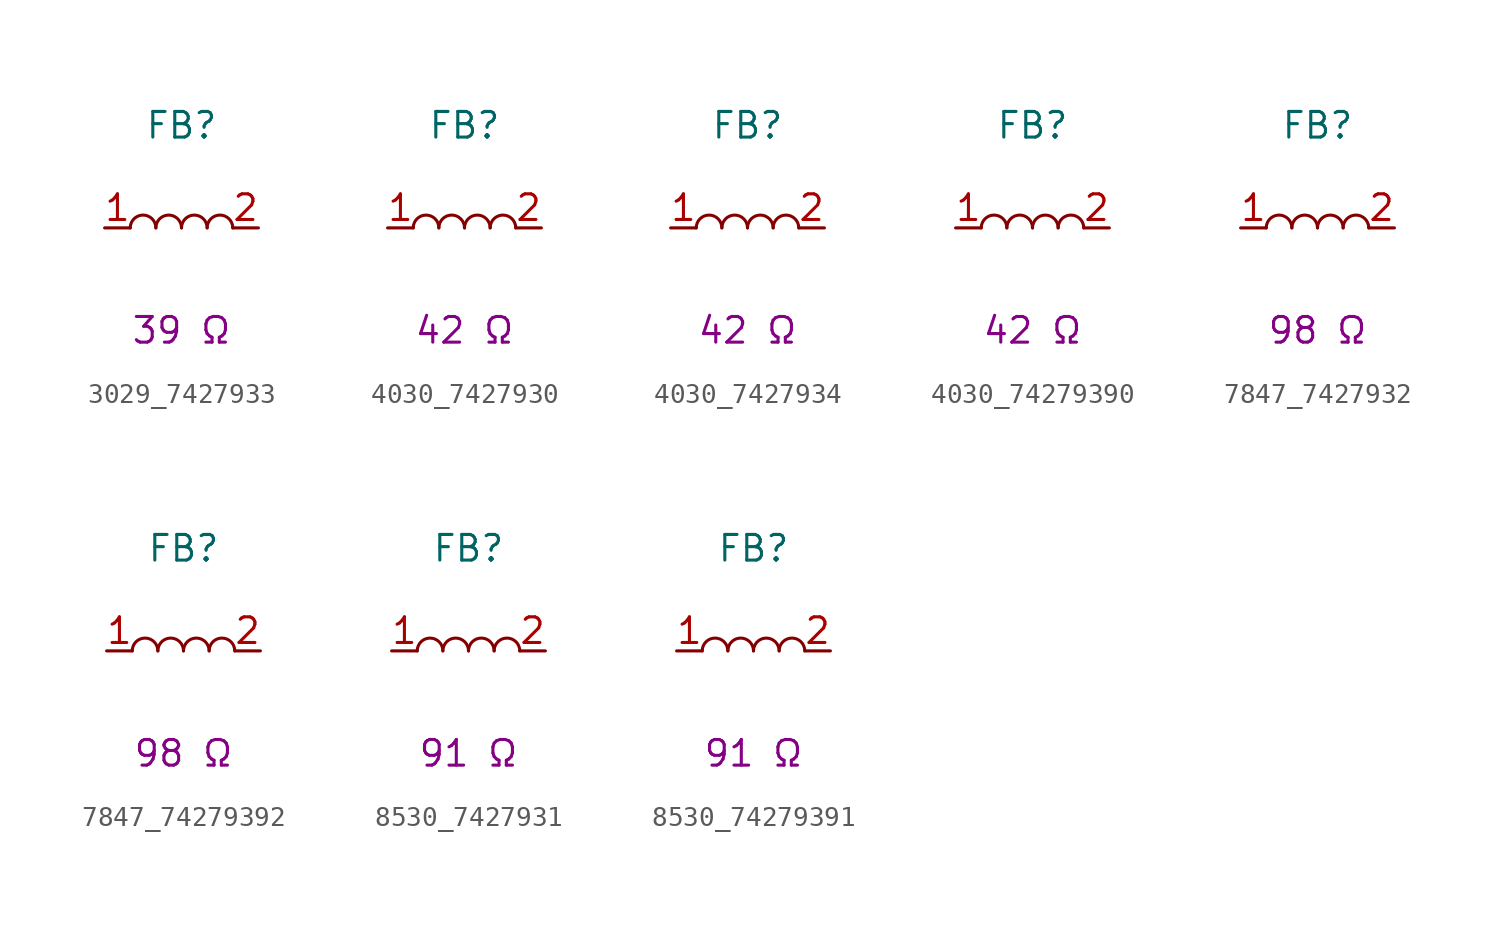
<source format=kicad_sym>
(kicad_symbol_lib
  (version 20220914)
  (generator kicad_symbol_editor)
  (symbol "3029_7427933"
    (pin_names hide)
    (property "Reference" "FB"
      (at 0 5.08 0)
      (effects (font (size 1.27 1.27))))
    (property "Critical Parameter" "39 Ω"
      (at 0 -5.08 0)
      (effects (font (size 1.27 1.27))))
    (symbol "3029_7427933_0_1"
      (arc (start -1.27 0) (mid -1.905 0.6323) (end -2.54 0) (stroke (width 0) (type default)) (fill (type none)))
      (arc (start 0 0) (mid -0.635 0.6323) (end -1.27 0) (stroke (width 0) (type default)) (fill (type none)))
      (arc (start 1.27 0) (mid 0.635 0.6323) (end 0 0) (stroke (width 0) (type default)) (fill (type none)))
      (arc (start 2.54 0) (mid 1.905 0.6323) (end 1.27 0) (stroke (width 0) (type default)) (fill (type none))))
    (symbol "3029_7427933_1_1"
      (pin passive line (at -3.81 0 0) (length 1.27) (name "1" (effects (font (size 1.27 1.27)))) (number "1" (effects (font (size 1.27 1.27)))))
      (pin passive line (at 3.81 0 180) (length 1.27) (name "2" (effects (font (size 1.27 1.27)))) (number "2" (effects (font (size 1.27 1.27)))))))
  (symbol "4030_7427930"
    (pin_names hide)
    (property "Reference" "FB"
      (at 0 5.08 0)
      (effects (font (size 1.27 1.27))))
    (property "Critical Parameter" "42 Ω"
      (at 0 -5.08 0)
      (effects (font (size 1.27 1.27))))
    (symbol "4030_7427930_0_1"
      (arc (start -1.27 0) (mid -1.905 0.6323) (end -2.54 0) (stroke (width 0) (type default)) (fill (type none)))
      (arc (start 0 0) (mid -0.635 0.6323) (end -1.27 0) (stroke (width 0) (type default)) (fill (type none)))
      (arc (start 1.27 0) (mid 0.635 0.6323) (end 0 0) (stroke (width 0) (type default)) (fill (type none)))
      (arc (start 2.54 0) (mid 1.905 0.6323) (end 1.27 0) (stroke (width 0) (type default)) (fill (type none))))
    (symbol "4030_7427930_1_1"
      (pin passive line (at -3.81 0 0) (length 1.27) (name "1" (effects (font (size 1.27 1.27)))) (number "1" (effects (font (size 1.27 1.27)))))
      (pin passive line (at 3.81 0 180) (length 1.27) (name "2" (effects (font (size 1.27 1.27)))) (number "2" (effects (font (size 1.27 1.27)))))))
  (symbol "4030_7427934"
    (pin_names hide)
    (property "Reference" "FB"
      (at 0 5.08 0)
      (effects (font (size 1.27 1.27))))
    (property "Critical Parameter" "42 Ω"
      (at 0 -5.08 0)
      (effects (font (size 1.27 1.27))))
    (symbol "4030_7427934_0_1"
      (arc (start -1.27 0) (mid -1.905 0.6323) (end -2.54 0) (stroke (width 0) (type default)) (fill (type none)))
      (arc (start 0 0) (mid -0.635 0.6323) (end -1.27 0) (stroke (width 0) (type default)) (fill (type none)))
      (arc (start 1.27 0) (mid 0.635 0.6323) (end 0 0) (stroke (width 0) (type default)) (fill (type none)))
      (arc (start 2.54 0) (mid 1.905 0.6323) (end 1.27 0) (stroke (width 0) (type default)) (fill (type none))))
    (symbol "4030_7427934_1_1"
      (pin passive line (at -3.81 0 0) (length 1.27) (name "1" (effects (font (size 1.27 1.27)))) (number "1" (effects (font (size 1.27 1.27)))))
      (pin passive line (at 3.81 0 180) (length 1.27) (name "2" (effects (font (size 1.27 1.27)))) (number "2" (effects (font (size 1.27 1.27)))))))
  (symbol "4030_74279390"
    (pin_names hide)
    (property "Reference" "FB"
      (at 0 5.08 0)
      (effects (font (size 1.27 1.27))))
    (property "Critical Parameter" "42 Ω"
      (at 0 -5.08 0)
      (effects (font (size 1.27 1.27))))
    (symbol "4030_74279390_0_1"
      (arc (start -1.27 0) (mid -1.905 0.6323) (end -2.54 0) (stroke (width 0) (type default)) (fill (type none)))
      (arc (start 0 0) (mid -0.635 0.6323) (end -1.27 0) (stroke (width 0) (type default)) (fill (type none)))
      (arc (start 1.27 0) (mid 0.635 0.6323) (end 0 0) (stroke (width 0) (type default)) (fill (type none)))
      (arc (start 2.54 0) (mid 1.905 0.6323) (end 1.27 0) (stroke (width 0) (type default)) (fill (type none))))
    (symbol "4030_74279390_1_1"
      (pin passive line (at -3.81 0 0) (length 1.27) (name "1" (effects (font (size 1.27 1.27)))) (number "1" (effects (font (size 1.27 1.27)))))
      (pin passive line (at 3.81 0 180) (length 1.27) (name "2" (effects (font (size 1.27 1.27)))) (number "2" (effects (font (size 1.27 1.27)))))))
  (symbol "7847_7427932"
    (pin_names hide)
    (property "Reference" "FB"
      (at 0 5.08 0)
      (effects (font (size 1.27 1.27))))
    (property "Critical Parameter" "98 Ω"
      (at 0 -5.08 0)
      (effects (font (size 1.27 1.27))))
    (symbol "7847_7427932_0_1"
      (arc (start -1.27 0) (mid -1.905 0.6323) (end -2.54 0) (stroke (width 0) (type default)) (fill (type none)))
      (arc (start 0 0) (mid -0.635 0.6323) (end -1.27 0) (stroke (width 0) (type default)) (fill (type none)))
      (arc (start 1.27 0) (mid 0.635 0.6323) (end 0 0) (stroke (width 0) (type default)) (fill (type none)))
      (arc (start 2.54 0) (mid 1.905 0.6323) (end 1.27 0) (stroke (width 0) (type default)) (fill (type none))))
    (symbol "7847_7427932_1_1"
      (pin passive line (at -3.81 0 0) (length 1.27) (name "1" (effects (font (size 1.27 1.27)))) (number "1" (effects (font (size 1.27 1.27)))))
      (pin passive line (at 3.81 0 180) (length 1.27) (name "2" (effects (font (size 1.27 1.27)))) (number "2" (effects (font (size 1.27 1.27)))))))
  (symbol "7847_74279392"
    (pin_names hide)
    (property "Reference" "FB"
      (at 0 5.08 0)
      (effects (font (size 1.27 1.27))))
    (property "Critical Parameter" "98 Ω"
      (at 0 -5.08 0)
      (effects (font (size 1.27 1.27))))
    (symbol "7847_74279392_0_1"
      (arc (start -1.27 0) (mid -1.905 0.6323) (end -2.54 0) (stroke (width 0) (type default)) (fill (type none)))
      (arc (start 0 0) (mid -0.635 0.6323) (end -1.27 0) (stroke (width 0) (type default)) (fill (type none)))
      (arc (start 1.27 0) (mid 0.635 0.6323) (end 0 0) (stroke (width 0) (type default)) (fill (type none)))
      (arc (start 2.54 0) (mid 1.905 0.6323) (end 1.27 0) (stroke (width 0) (type default)) (fill (type none))))
    (symbol "7847_74279392_1_1"
      (pin passive line (at -3.81 0 0) (length 1.27) (name "1" (effects (font (size 1.27 1.27)))) (number "1" (effects (font (size 1.27 1.27)))))
      (pin passive line (at 3.81 0 180) (length 1.27) (name "2" (effects (font (size 1.27 1.27)))) (number "2" (effects (font (size 1.27 1.27)))))))
  (symbol "8530_7427931"
    (pin_names hide)
    (property "Reference" "FB"
      (at 0 5.08 0)
      (effects (font (size 1.27 1.27))))
    (property "Critical Parameter" "91 Ω"
      (at 0 -5.08 0)
      (effects (font (size 1.27 1.27))))
    (symbol "8530_7427931_0_1"
      (arc (start -1.27 0) (mid -1.905 0.6323) (end -2.54 0) (stroke (width 0) (type default)) (fill (type none)))
      (arc (start 0 0) (mid -0.635 0.6323) (end -1.27 0) (stroke (width 0) (type default)) (fill (type none)))
      (arc (start 1.27 0) (mid 0.635 0.6323) (end 0 0) (stroke (width 0) (type default)) (fill (type none)))
      (arc (start 2.54 0) (mid 1.905 0.6323) (end 1.27 0) (stroke (width 0) (type default)) (fill (type none))))
    (symbol "8530_7427931_1_1"
      (pin passive line (at -3.81 0 0) (length 1.27) (name "1" (effects (font (size 1.27 1.27)))) (number "1" (effects (font (size 1.27 1.27)))))
      (pin passive line (at 3.81 0 180) (length 1.27) (name "2" (effects (font (size 1.27 1.27)))) (number "2" (effects (font (size 1.27 1.27)))))))
  (symbol "8530_74279391"
    (pin_names hide)
    (property "Reference" "FB"
      (at 0 5.08 0)
      (effects (font (size 1.27 1.27))))
    (property "Critical Parameter" "91 Ω"
      (at 0 -5.08 0)
      (effects (font (size 1.27 1.27))))
    (symbol "8530_74279391_0_1"
      (arc (start -1.27 0) (mid -1.905 0.6323) (end -2.54 0) (stroke (width 0) (type default)) (fill (type none)))
      (arc (start 0 0) (mid -0.635 0.6323) (end -1.27 0) (stroke (width 0) (type default)) (fill (type none)))
      (arc (start 1.27 0) (mid 0.635 0.6323) (end 0 0) (stroke (width 0) (type default)) (fill (type none)))
      (arc (start 2.54 0) (mid 1.905 0.6323) (end 1.27 0) (stroke (width 0) (type default)) (fill (type none))))
    (symbol "8530_74279391_1_1"
      (pin passive line (at -3.81 0 0) (length 1.27) (name "1" (effects (font (size 1.27 1.27)))) (number "1" (effects (font (size 1.27 1.27)))))
      (pin passive line (at 3.81 0 180) (length 1.27) (name "2" (effects (font (size 1.27 1.27)))) (number "2" (effects (font (size 1.27 1.27))))))))
</source>
